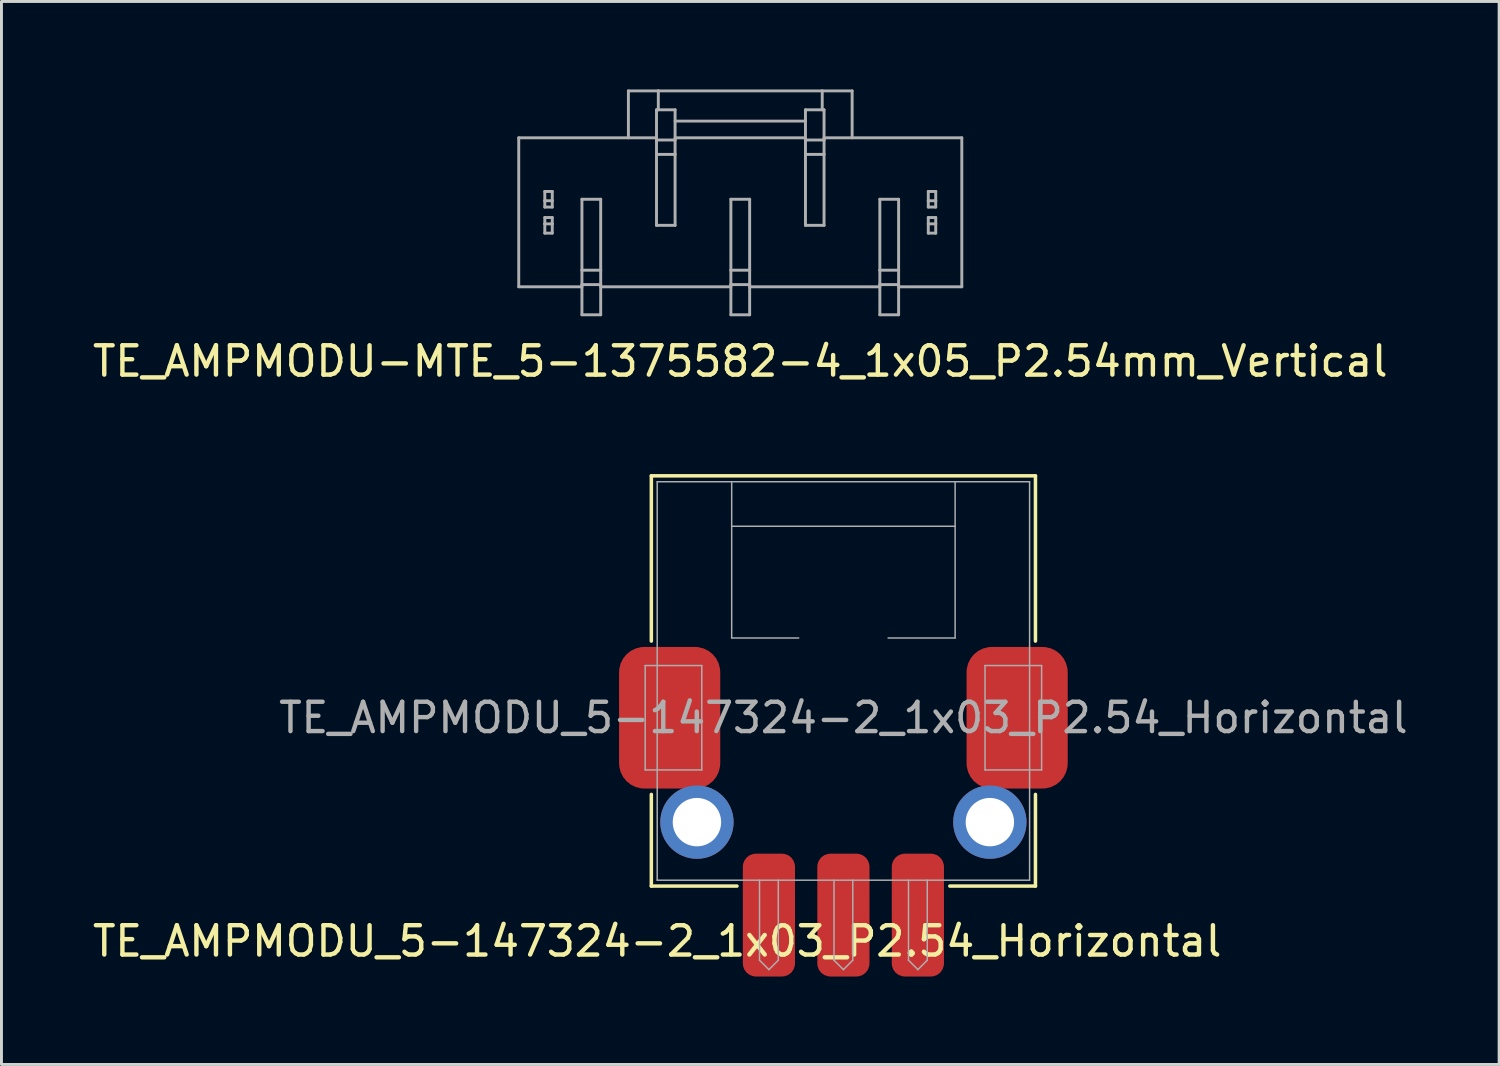
<source format=kicad_pcb>
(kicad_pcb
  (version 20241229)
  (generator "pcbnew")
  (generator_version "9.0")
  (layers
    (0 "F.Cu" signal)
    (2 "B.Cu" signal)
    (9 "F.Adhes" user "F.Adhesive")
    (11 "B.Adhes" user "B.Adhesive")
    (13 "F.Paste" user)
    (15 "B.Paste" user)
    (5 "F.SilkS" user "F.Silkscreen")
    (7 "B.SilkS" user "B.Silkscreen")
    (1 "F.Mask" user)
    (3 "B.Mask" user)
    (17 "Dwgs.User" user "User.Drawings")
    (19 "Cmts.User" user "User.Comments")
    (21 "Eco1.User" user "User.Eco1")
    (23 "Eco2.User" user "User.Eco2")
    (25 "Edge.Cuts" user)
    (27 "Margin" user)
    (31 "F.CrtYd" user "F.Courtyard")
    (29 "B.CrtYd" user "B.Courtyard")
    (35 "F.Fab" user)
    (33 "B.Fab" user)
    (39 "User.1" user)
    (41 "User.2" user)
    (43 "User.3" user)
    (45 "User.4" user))
  (footprint "TE_AMPMODU-MTE_5-1375582-4_1x05_P2.54mm_Vertical"
    (layer "F.Cu")
    (at 22.196 4.19)
    (property "Reference" "TE_AMPMODU-MTE_5-1375582-4_1x05_P2.54mm_Vertical" (at 0 5.08 0) (layer "F.SilkS") (effects (font (size 1 1) (thickness 0.15))))
    (attr through_hole)
    (fp_line (start -7.555 2.54) (end -7.555 -2.54) (stroke (width 0.1) (type solid)) (layer "F.Fab"))
    (fp_line (start -6.666 -0.394) (end -6.666 -0.711) (stroke (width 0.1) (type solid)) (layer "F.Fab"))
    (fp_line (start -6.666 -0.178) (end -6.666 -0.394) (stroke (width 0.1) (type solid)) (layer "F.Fab"))
    (fp_line (start -6.666 0.394) (end -6.666 0.178) (stroke (width 0.1) (type solid)) (layer "F.Fab"))
    (fp_line (start -6.666 0.711) (end -6.666 0.394) (stroke (width 0.1) (type solid)) (layer "F.Fab"))
    (fp_line (start -6.412 -0.711) (end -6.666 -0.711) (stroke (width 0.1) (type solid)) (layer "F.Fab"))
    (fp_line (start -6.412 -0.394) (end -6.666 -0.394) (stroke (width 0.1) (type solid)) (layer "F.Fab"))
    (fp_line (start -6.412 -0.394) (end -6.412 -0.711) (stroke (width 0.1) (type solid)) (layer "F.Fab"))
    (fp_line (start -6.412 -0.178) (end -6.666 -0.178) (stroke (width 0.1) (type solid)) (layer "F.Fab"))
    (fp_line (start -6.412 -0.178) (end -6.412 -0.394) (stroke (width 0.1) (type solid)) (layer "F.Fab"))
    (fp_line (start -6.412 0.178) (end -6.666 0.178) (stroke (width 0.1) (type solid)) (layer "F.Fab"))
    (fp_line (start -6.412 0.394) (end -6.666 0.394) (stroke (width 0.1) (type solid)) (layer "F.Fab"))
    (fp_line (start -6.412 0.394) (end -6.412 0.178) (stroke (width 0.1) (type solid)) (layer "F.Fab"))
    (fp_line (start -6.412 0.711) (end -6.666 0.711) (stroke (width 0.1) (type solid)) (layer "F.Fab"))
    (fp_line (start -6.412 0.711) (end -6.412 0.394) (stroke (width 0.1) (type solid)) (layer "F.Fab"))
    (fp_line (start -5.4 1.975) (end -5.4 -0.445) (stroke (width 0.1) (type solid)) (layer "F.Fab"))
    (fp_line (start -5.4 2.465) (end -5.4 1.975) (stroke (width 0.1) (type solid)) (layer "F.Fab"))
    (fp_line (start -5.4 2.54) (end -7.555 2.54) (stroke (width 0.1) (type solid)) (layer "F.Fab"))
    (fp_line (start -5.4 3.495) (end -5.4 2.465) (stroke (width 0.1) (type solid)) (layer "F.Fab"))
    (fp_line (start -4.76 -0.445) (end -5.4 -0.445) (stroke (width 0.1) (type solid)) (layer "F.Fab"))
    (fp_line (start -4.76 1.975) (end -5.4 1.975) (stroke (width 0.1) (type solid)) (layer "F.Fab"))
    (fp_line (start -4.76 1.975) (end -4.76 -0.445) (stroke (width 0.1) (type solid)) (layer "F.Fab"))
    (fp_line (start -4.76 2.465) (end -5.4 2.465) (stroke (width 0.1) (type solid)) (layer "F.Fab"))
    (fp_line (start -4.76 2.465) (end -4.76 1.975) (stroke (width 0.1) (type solid)) (layer "F.Fab"))
    (fp_line (start -4.76 3.495) (end -5.4 3.495) (stroke (width 0.1) (type solid)) (layer "F.Fab"))
    (fp_line (start -4.76 3.495) (end -4.76 2.465) (stroke (width 0.1) (type solid)) (layer "F.Fab"))
    (fp_line (start -3.815 -2.54) (end -3.815 -4.14) (stroke (width 0.1) (type solid)) (layer "F.Fab"))
    (fp_line (start -2.857 -2.54) (end -7.555 -2.54) (stroke (width 0.1) (type solid)) (layer "F.Fab"))
    (fp_line (start -2.857 -2.465) (end -2.857 -3.495) (stroke (width 0.1) (type solid)) (layer "F.Fab"))
    (fp_line (start -2.857 -1.975) (end -2.857 -2.465) (stroke (width 0.1) (type solid)) (layer "F.Fab"))
    (fp_line (start -2.857 0.445) (end -2.857 -1.975) (stroke (width 0.1) (type solid)) (layer "F.Fab"))
    (fp_line (start -2.795 -4.14) (end -3.815 -4.14) (stroke (width 0.1) (type solid)) (layer "F.Fab"))
    (fp_line (start -2.795 -3.495) (end -2.795 -4.14) (stroke (width 0.1) (type solid)) (layer "F.Fab"))
    (fp_line (start -2.223 -3.495) (end -2.857 -3.495) (stroke (width 0.1) (type solid)) (layer "F.Fab"))
    (fp_line (start -2.223 -2.465) (end -2.857 -2.465) (stroke (width 0.1) (type solid)) (layer "F.Fab"))
    (fp_line (start -2.223 -2.465) (end -2.223 -3.495) (stroke (width 0.1) (type solid)) (layer "F.Fab"))
    (fp_line (start -2.223 -1.975) (end -2.857 -1.975) (stroke (width 0.1) (type solid)) (layer "F.Fab"))
    (fp_line (start -2.223 -1.975) (end -2.223 -2.465) (stroke (width 0.1) (type solid)) (layer "F.Fab"))
    (fp_line (start -2.223 0.445) (end -2.857 0.445) (stroke (width 0.1) (type solid)) (layer "F.Fab"))
    (fp_line (start -2.223 0.445) (end -2.223 -1.975) (stroke (width 0.1) (type solid)) (layer "F.Fab"))
    (fp_line (start -0.32 1.975) (end -0.32 -0.445) (stroke (width 0.1) (type solid)) (layer "F.Fab"))
    (fp_line (start -0.32 2.465) (end -0.32 1.975) (stroke (width 0.1) (type solid)) (layer "F.Fab"))
    (fp_line (start -0.32 2.54) (end -4.76 2.54) (stroke (width 0.1) (type solid)) (layer "F.Fab"))
    (fp_line (start -0.32 3.495) (end -0.32 2.465) (stroke (width 0.1) (type solid)) (layer "F.Fab"))
    (fp_line (start 0.32 -0.445) (end -0.32 -0.445) (stroke (width 0.1) (type solid)) (layer "F.Fab"))
    (fp_line (start 0.32 1.975) (end -0.32 1.975) (stroke (width 0.1) (type solid)) (layer "F.Fab"))
    (fp_line (start 0.32 1.975) (end 0.32 -0.445) (stroke (width 0.1) (type solid)) (layer "F.Fab"))
    (fp_line (start 0.32 2.465) (end -0.32 2.465) (stroke (width 0.1) (type solid)) (layer "F.Fab"))
    (fp_line (start 0.32 2.465) (end 0.32 1.975) (stroke (width 0.1) (type solid)) (layer "F.Fab"))
    (fp_line (start 0.32 3.495) (end -0.32 3.495) (stroke (width 0.1) (type solid)) (layer "F.Fab"))
    (fp_line (start 0.32 3.495) (end 0.32 2.465) (stroke (width 0.1) (type solid)) (layer "F.Fab"))
    (fp_line (start 2.223 -3.11) (end -2.223 -3.11) (stroke (width 0.1) (type solid)) (layer "F.Fab"))
    (fp_line (start 2.223 -2.54) (end -2.223 -2.54) (stroke (width 0.1) (type solid)) (layer "F.Fab"))
    (fp_line (start 2.223 -2.465) (end 2.223 -3.495) (stroke (width 0.1) (type solid)) (layer "F.Fab"))
    (fp_line (start 2.223 -1.975) (end 2.223 -2.465) (stroke (width 0.1) (type solid)) (layer "F.Fab"))
    (fp_line (start 2.223 0.445) (end 2.223 -1.975) (stroke (width 0.1) (type solid)) (layer "F.Fab"))
    (fp_line (start 2.795 -4.14) (end -2.795 -4.14) (stroke (width 0.1) (type solid)) (layer "F.Fab"))
    (fp_line (start 2.795 -3.495) (end 2.795 -4.14) (stroke (width 0.1) (type solid)) (layer "F.Fab"))
    (fp_line (start 2.857 -3.495) (end 2.223 -3.495) (stroke (width 0.1) (type solid)) (layer "F.Fab"))
    (fp_line (start 2.857 -2.465) (end 2.223 -2.465) (stroke (width 0.1) (type solid)) (layer "F.Fab"))
    (fp_line (start 2.857 -2.465) (end 2.857 -3.495) (stroke (width 0.1) (type solid)) (layer "F.Fab"))
    (fp_line (start 2.857 -1.975) (end 2.223 -1.975) (stroke (width 0.1) (type solid)) (layer "F.Fab"))
    (fp_line (start 2.857 -1.975) (end 2.857 -2.465) (stroke (width 0.1) (type solid)) (layer "F.Fab"))
    (fp_line (start 2.857 0.445) (end 2.223 0.445) (stroke (width 0.1) (type solid)) (layer "F.Fab"))
    (fp_line (start 2.857 0.445) (end 2.857 -1.975) (stroke (width 0.1) (type solid)) (layer "F.Fab"))
    (fp_line (start 3.815 -4.14) (end 2.795 -4.14) (stroke (width 0.1) (type solid)) (layer "F.Fab"))
    (fp_line (start 3.815 -2.54) (end 3.815 -4.14) (stroke (width 0.1) (type solid)) (layer "F.Fab"))
    (fp_line (start 4.76 1.975) (end 4.76 -0.445) (stroke (width 0.1) (type solid)) (layer "F.Fab"))
    (fp_line (start 4.76 2.465) (end 4.76 1.975) (stroke (width 0.1) (type solid)) (layer "F.Fab"))
    (fp_line (start 4.76 2.54) (end 0.32 2.54) (stroke (width 0.1) (type solid)) (layer "F.Fab"))
    (fp_line (start 4.76 3.495) (end 4.76 2.465) (stroke (width 0.1) (type solid)) (layer "F.Fab"))
    (fp_line (start 5.4 -0.445) (end 4.76 -0.445) (stroke (width 0.1) (type solid)) (layer "F.Fab"))
    (fp_line (start 5.4 1.975) (end 4.76 1.975) (stroke (width 0.1) (type solid)) (layer "F.Fab"))
    (fp_line (start 5.4 1.975) (end 5.4 -0.445) (stroke (width 0.1) (type solid)) (layer "F.Fab"))
    (fp_line (start 5.4 2.465) (end 4.76 2.465) (stroke (width 0.1) (type solid)) (layer "F.Fab"))
    (fp_line (start 5.4 2.465) (end 5.4 1.975) (stroke (width 0.1) (type solid)) (layer "F.Fab"))
    (fp_line (start 5.4 3.495) (end 4.76 3.495) (stroke (width 0.1) (type solid)) (layer "F.Fab"))
    (fp_line (start 5.4 3.495) (end 5.4 2.465) (stroke (width 0.1) (type solid)) (layer "F.Fab"))
    (fp_line (start 6.412 -0.711) (end 6.412 -0.394) (stroke (width 0.1) (type solid)) (layer "F.Fab"))
    (fp_line (start 6.412 -0.711) (end 6.666 -0.711) (stroke (width 0.1) (type solid)) (layer "F.Fab"))
    (fp_line (start 6.412 -0.394) (end 6.412 -0.178) (stroke (width 0.1) (type solid)) (layer "F.Fab"))
    (fp_line (start 6.412 -0.394) (end 6.666 -0.394) (stroke (width 0.1) (type solid)) (layer "F.Fab"))
    (fp_line (start 6.412 -0.178) (end 6.666 -0.178) (stroke (width 0.1) (type solid)) (layer "F.Fab"))
    (fp_line (start 6.412 0.178) (end 6.412 0.394) (stroke (width 0.1) (type solid)) (layer "F.Fab"))
    (fp_line (start 6.412 0.178) (end 6.666 0.178) (stroke (width 0.1) (type solid)) (layer "F.Fab"))
    (fp_line (start 6.412 0.394) (end 6.412 0.711) (stroke (width 0.1) (type solid)) (layer "F.Fab"))
    (fp_line (start 6.412 0.394) (end 6.666 0.394) (stroke (width 0.1) (type solid)) (layer "F.Fab"))
    (fp_line (start 6.412 0.711) (end 6.666 0.711) (stroke (width 0.1) (type solid)) (layer "F.Fab"))
    (fp_line (start 6.666 -0.711) (end 6.666 -0.394) (stroke (width 0.1) (type solid)) (layer "F.Fab"))
    (fp_line (start 6.666 -0.394) (end 6.666 -0.178) (stroke (width 0.1) (type solid)) (layer "F.Fab"))
    (fp_line (start 6.666 0.178) (end 6.666 0.394) (stroke (width 0.1) (type solid)) (layer "F.Fab"))
    (fp_line (start 6.666 0.394) (end 6.666 0.711) (stroke (width 0.1) (type solid)) (layer "F.Fab"))
    (fp_line (start 7.555 -2.54) (end 2.857 -2.54) (stroke (width 0.1) (type solid)) (layer "F.Fab"))
    (fp_line (start 7.555 2.54) (end 5.4 2.54) (stroke (width 0.1) (type solid)) (layer "F.Fab"))
    (fp_line (start 7.555 2.54) (end 7.555 -2.54) (stroke (width 0.1) (type solid)) (layer "F.Fab")))
  (footprint "TE_AMPMODU_5-147324-2_1x03_P2.54_Horizontal"
    (layer "F.Cu")
    (at 25.713 21.428)
    (property "Reference" "TE_AMPMODU_5-147324-2_1x03_P2.54_Horizontal" (at -6.35 7.62 0) (layer "F.SilkS") (effects (font (size 1 1) (thickness 0.15))))
    (attr through_hole)
    (fp_line (start -6.55 -8.25) (end -6.55 -2.615) (stroke (width 0.12) (type solid)) (layer "F.SilkS"))
    (fp_line (start -6.55 -8.25) (end 6.55 -8.25) (stroke (width 0.12) (type solid)) (layer "F.SilkS"))
    (fp_line (start -6.55 2.615) (end -6.55 5.74) (stroke (width 0.12) (type solid)) (layer "F.SilkS"))
    (fp_line (start -6.55 5.74) (end -3.63 5.74) (stroke (width 0.12) (type solid)) (layer "F.SilkS"))
    (fp_line (start 3.63 5.74) (end 6.55 5.74) (stroke (width 0.12) (type solid)) (layer "F.SilkS"))
    (fp_line (start 6.55 -8.25) (end 6.55 -2.615) (stroke (width 0.12) (type solid)) (layer "F.SilkS"))
    (fp_line (start 6.55 2.615) (end 6.55 5.74) (stroke (width 0.12) (type solid)) (layer "F.SilkS"))
    (fp_line (start -6.76 -1.78) (end -6.76 1.78) (stroke (width 0.05) (type solid)) (layer "F.Fab"))
    (fp_line (start -6.76 -1.78) (end -4.83 -1.78) (stroke (width 0.05) (type solid)) (layer "F.Fab"))
    (fp_line (start -6.76 1.78) (end -4.83 1.78) (stroke (width 0.05) (type solid)) (layer "F.Fab"))
    (fp_line (start -6.35 -8.05) (end -6.35 5.54) (stroke (width 0.05) (type solid)) (layer "F.Fab"))
    (fp_line (start -6.35 -8.05) (end 6.35 -8.05) (stroke (width 0.05) (type solid)) (layer "F.Fab"))
    (fp_line (start -6.35 5.54) (end 6.35 5.54) (stroke (width 0.05) (type solid)) (layer "F.Fab"))
    (fp_line (start -4.83 -1.78) (end -4.83 1.78) (stroke (width 0.05) (type solid)) (layer "F.Fab"))
    (fp_line (start -3.81 -8.05) (end -3.81 -2.72) (stroke (width 0.05) (type solid)) (layer "F.Fab"))
    (fp_line (start -3.81 -6.53) (end 3.81 -6.53) (stroke (width 0.05) (type solid)) (layer "F.Fab"))
    (fp_line (start -3.81 -2.72) (end -1.525 -2.72) (stroke (width 0.05) (type solid)) (layer "F.Fab"))
    (fp_line (start -2.86 5.54) (end -2.86 8.27) (stroke (width 0.05) (type solid)) (layer "F.Fab"))
    (fp_line (start -2.86 8.27) (end -2.54 8.59) (stroke (width 0.05) (type solid)) (layer "F.Fab"))
    (fp_line (start -2.22 5.54) (end -2.22 8.27) (stroke (width 0.05) (type solid)) (layer "F.Fab"))
    (fp_line (start -2.22 8.27) (end -2.54 8.59) (stroke (width 0.05) (type solid)) (layer "F.Fab"))
    (fp_line (start -0.32 5.54) (end -0.32 8.27) (stroke (width 0.05) (type solid)) (layer "F.Fab"))
    (fp_line (start -0.32 8.27) (end 0 8.59) (stroke (width 0.05) (type solid)) (layer "F.Fab"))
    (fp_line (start 0.32 5.54) (end 0.32 8.27) (stroke (width 0.05) (type solid)) (layer "F.Fab"))
    (fp_line (start 0.32 8.27) (end 0 8.59) (stroke (width 0.05) (type solid)) (layer "F.Fab"))
    (fp_line (start 2.22 5.54) (end 2.22 8.27) (stroke (width 0.05) (type solid)) (layer "F.Fab"))
    (fp_line (start 2.22 8.27) (end 2.54 8.59) (stroke (width 0.05) (type solid)) (layer "F.Fab"))
    (fp_line (start 2.86 5.54) (end 2.86 8.27) (stroke (width 0.05) (type solid)) (layer "F.Fab"))
    (fp_line (start 2.86 8.27) (end 2.54 8.59) (stroke (width 0.05) (type solid)) (layer "F.Fab"))
    (fp_line (start 3.81 -8.05) (end 3.81 -2.72) (stroke (width 0.05) (type solid)) (layer "F.Fab"))
    (fp_line (start 3.81 -2.72) (end 1.525 -2.72) (stroke (width 0.05) (type solid)) (layer "F.Fab"))
    (fp_line (start 4.83 -1.78) (end 4.83 1.78) (stroke (width 0.05) (type solid)) (layer "F.Fab"))
    (fp_line (start 6.35 -8.05) (end 6.35 5.54) (stroke (width 0.05) (type solid)) (layer "F.Fab"))
    (fp_line (start 6.76 -1.78) (end 4.83 -1.78) (stroke (width 0.05) (type solid)) (layer "F.Fab"))
    (fp_line (start 6.76 -1.78) (end 6.76 1.78) (stroke (width 0.05) (type solid)) (layer "F.Fab"))
    (fp_line (start 6.76 1.78) (end 4.83 1.78) (stroke (width 0.05) (type solid)) (layer "F.Fab"))
    (fp_text user "${REFERENCE}" (at 0 0 0) (layer "F.Fab") (effects (font (size 1 1) (thickness 0.15))))
    (pad "1" smd roundrect (at -2.54 6.73) (size 1.78 4.19) (layers "F.Cu" "F.Mask" "F.Paste") (roundrect_rratio 0.25))
    (pad "2" smd roundrect (at 0 6.73) (size 1.78 4.19) (layers "F.Cu" "F.Mask" "F.Paste") (roundrect_rratio 0.25))
    (pad "3" smd roundrect (at 2.54 6.73) (size 1.78 4.19) (layers "F.Cu" "F.Mask" "F.Paste") (roundrect_rratio 0.25))
    (pad "4" smd roundrect (at -5.925 0) (size 3.45 4.83) (layers "F.Cu" "F.Mask" "F.Paste") (roundrect_rratio 0.25))
    (pad "4" thru_hole circle (at -4.995 3.56) (size 2.5 2.5) (drill 1.65) (layers "*.Cu" "*.Mask"))
    (pad "5" thru_hole circle (at 4.995 3.56) (size 2.5 2.5) (drill 1.65) (layers "*.Cu" "*.Mask"))
    (pad "5" smd roundrect (at 5.925 0) (size 3.45 4.83) (layers "F.Cu" "F.Mask" "F.Paste") (roundrect_rratio 0.25)))
  (gr_rect
    (start -3 -3)
    (end 48.076 33.253)
    (stroke (width 0.1) (type default))
    (fill no)
    (layer "Edge.Cuts")))
</source>
